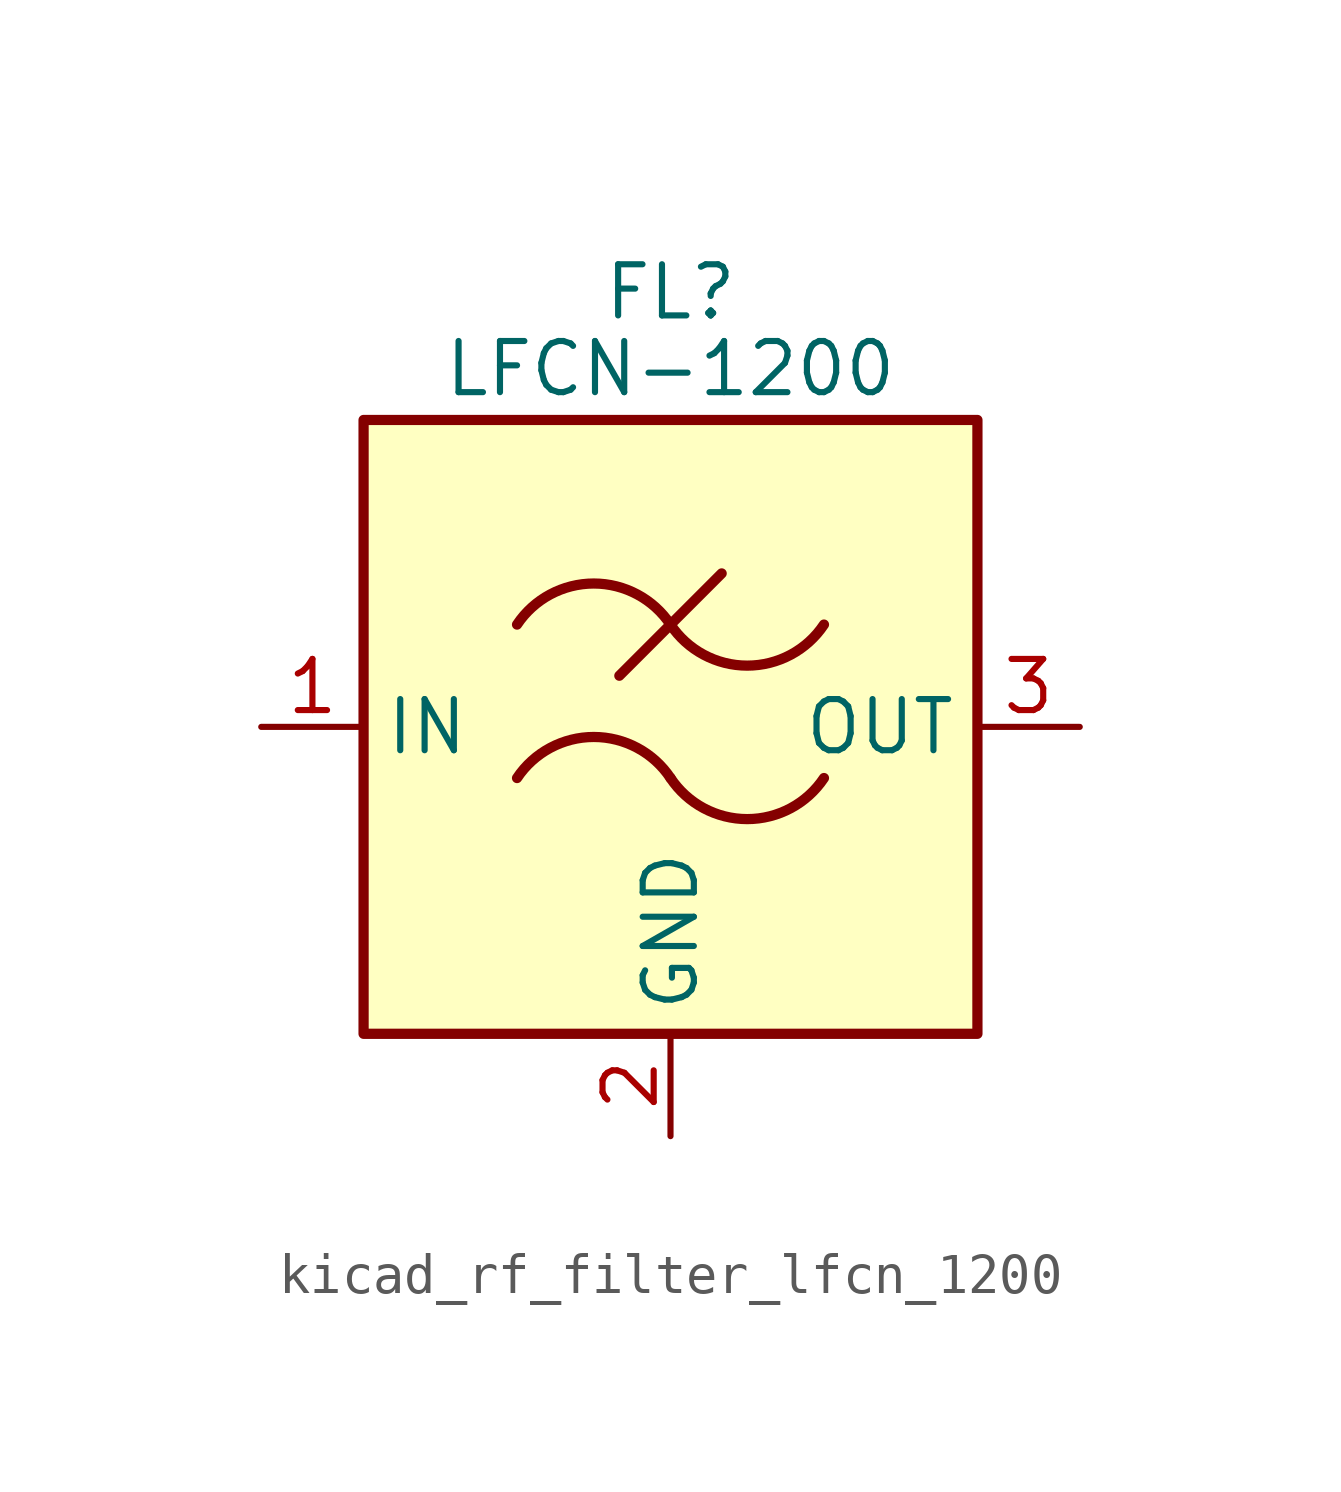
<source format=kicad_sym>
(kicad_symbol_lib
  (version 20220914)
  (generator kicad_symbol_editor)
  (symbol "kicad_rf_filter_lfcn_1200"
    (property "Reference" "FL"
      (at 0 10.795 0)
      (effects (font (size 1.27 1.27))))
    (property "Value" "LFCN-1200"
      (at 0 8.89 0)
      (effects (font (size 1.27 1.27))))
    (symbol "kicad_rf_filter_lfcn_1200_0_1"
      (rectangle (start -7.62 7.62) (end 7.62 -7.62) (stroke (width 0.254) (type default)) (fill (type background)))
      (arc (start 0 -1.27) (mid -1.905 -0.2505) (end -3.81 -1.27) (stroke (width 0.254) (type default)) (fill (type none)))
      (arc (start 0 -1.27) (mid 1.905 -2.2895) (end 3.81 -1.27) (stroke (width 0.254) (type default)) (fill (type none)))
      (polyline (pts (xy -1.27 1.27) (xy 1.27 3.81)) (stroke (width 0.254) (type default)) (fill (type none)))
      (arc (start 0 2.54) (mid -1.905 3.5595) (end -3.81 2.54) (stroke (width 0.254) (type default)) (fill (type none)))
      (arc (start 0 2.54) (mid 1.905 1.5205) (end 3.81 2.54) (stroke (width 0.254) (type default)) (fill (type none))))
    (symbol "kicad_rf_filter_lfcn_1200_1_1"
      (pin passive line (at -10.16 0 0) (length 2.54) (name "IN" (effects (font (size 1.27 1.27)))) (number "1" (effects (font (size 1.27 1.27)))))
      (pin passive line (at 0 -10.16 90) (length 2.54) (name "GND" (effects (font (size 1.27 1.27)))) (number "2" (effects (font (size 1.27 1.27)))))
      (pin passive line (at 10.16 0 180) (length 2.54) (name "OUT" (effects (font (size 1.27 1.27)))) (number "3" (effects (font (size 1.27 1.27)))))
      (pin passive line (at 0 -10.16 90) (length 2.54) hide (name "GND" (effects (font (size 1.27 1.27)))) (number "4" (effects (font (size 1.27 1.27))))))))
</source>
